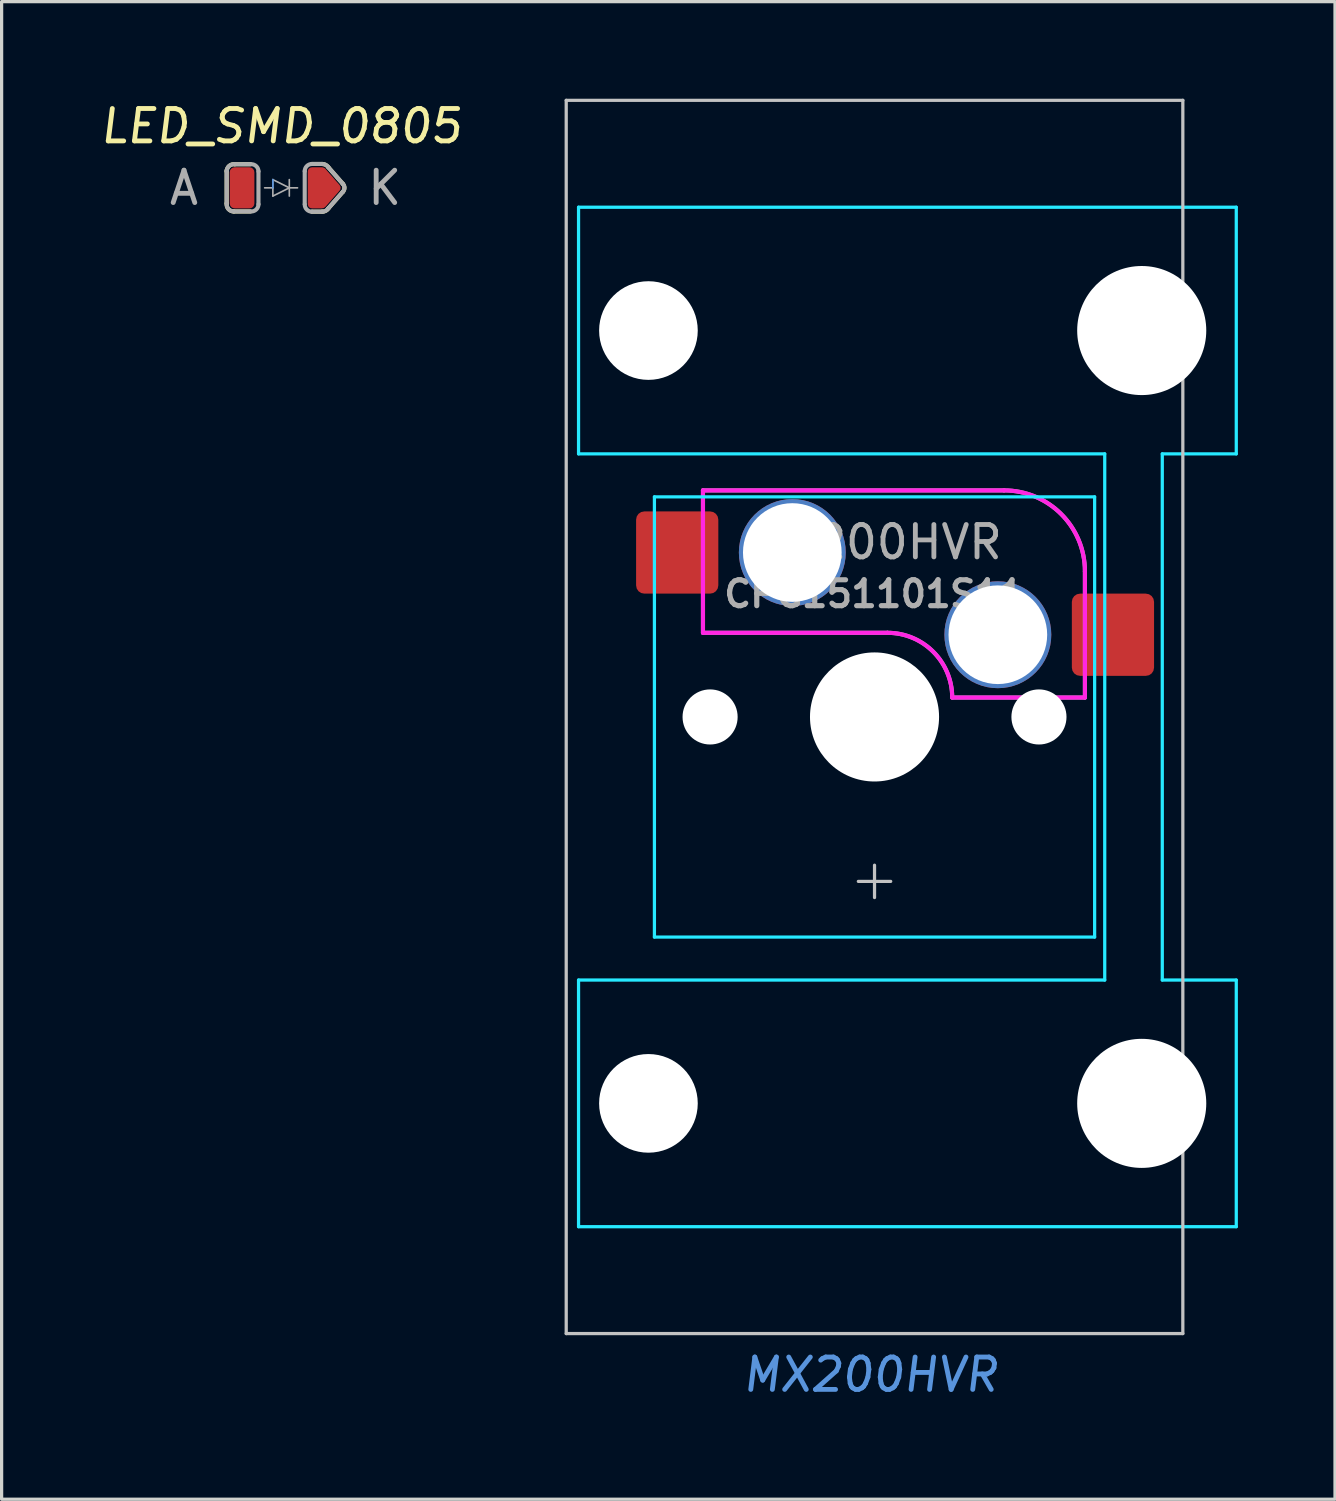
<source format=kicad_pcb>
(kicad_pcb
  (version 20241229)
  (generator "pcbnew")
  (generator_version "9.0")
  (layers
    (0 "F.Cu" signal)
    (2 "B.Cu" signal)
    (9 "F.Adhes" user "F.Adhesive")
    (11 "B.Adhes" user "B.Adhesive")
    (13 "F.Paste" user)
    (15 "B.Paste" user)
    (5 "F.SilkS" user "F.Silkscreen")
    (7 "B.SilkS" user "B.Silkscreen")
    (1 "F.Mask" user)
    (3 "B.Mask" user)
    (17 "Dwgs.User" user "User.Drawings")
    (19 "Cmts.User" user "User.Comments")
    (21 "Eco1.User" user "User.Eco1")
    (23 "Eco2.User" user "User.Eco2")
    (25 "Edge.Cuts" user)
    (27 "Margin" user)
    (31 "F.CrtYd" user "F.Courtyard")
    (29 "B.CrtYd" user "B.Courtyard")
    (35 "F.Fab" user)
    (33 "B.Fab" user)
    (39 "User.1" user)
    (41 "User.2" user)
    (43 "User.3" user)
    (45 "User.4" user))
  (footprint "LED_SMD_0805"
    (layer "F.Cu")
    (at 5.634 2.753)
    (property "Reference" "LED_SMD_0805" (at 0 -1.905 0) (layer "F.SilkS") (effects (font (size 1 1) (thickness 0.15) (italic yes))))
    (attr through_hole)
    (fp_line (start -1.681 -0.535) (end -1.681 0.481) (stroke (width 0.127) (type solid)) (layer "F.SilkS"))
    (fp_line (start -0.953 -0.73) (end -1.431 -0.729) (stroke (width 0.127) (type solid)) (layer "F.SilkS"))
    (fp_line (start -0.953 0.73) (end -1.46 0.73) (stroke (width 0.127) (type solid)) (layer "F.SilkS"))
    (fp_line (start 0.953 -0.737) (end 1.27 -0.737) (stroke (width 0.127) (type solid)) (layer "F.SilkS"))
    (fp_line (start 0.953 0.737) (end 1.27 0.737) (stroke (width 0.127) (type solid)) (layer "F.SilkS"))
    (fp_line (start 1.905 0.127) (end 1.46 0.635) (stroke (width 0.127) (type solid)) (layer "F.SilkS"))
    (fp_line (start 1.905 -0.127) (end 1.46 -0.635) (stroke (width 0.127) (type solid)) (layer "F.SilkS"))
    (fp_arc (start -1.681046 -0.508) (mid -1.605918 -0.674584) (end -1.431326 -0.728546) (stroke (width 0.127) (type solid)) (layer "F.SilkS"))
    (fp_arc (start -1.4605 0.73025) (mid -1.627084 0.655122) (end -1.681046 0.48053) (stroke (width 0.127) (type solid)) (layer "F.SilkS"))
    (fp_arc (start 1.27 -0.736951) (mid 1.378032 -0.70986) (end 1.460499 -0.634999) (stroke (width 0.127) (type solid)) (layer "F.SilkS"))
    (fp_arc (start 1.4605 0.635) (mid 1.378034 0.709861) (end 1.270001 0.736952) (stroke (width 0.127) (type solid)) (layer "F.SilkS"))
    (fp_arc (start 1.904999 -0.126999) (mid 1.957604 0) (end 1.904999 0.126999) (stroke (width 0.127) (type solid)) (layer "F.SilkS"))
    (fp_line (start -0.254 0) (end -0.254 -0.254) (stroke (width 0.051) (type solid)) (layer "Cmts.User"))
    (fp_line (start -1.681 -0.535) (end -1.681 0.481) (stroke (width 0.127) (type solid)) (layer "F.Fab"))
    (fp_line (start -0.953 -0.73) (end -1.431 -0.729) (stroke (width 0.127) (type solid)) (layer "F.Fab"))
    (fp_line (start -0.953 0.73) (end -1.46 0.73) (stroke (width 0.127) (type solid)) (layer "F.Fab"))
    (fp_line (start -0.699 -0.508) (end -0.699 0.508) (stroke (width 0.127) (type solid)) (layer "F.Fab"))
    (fp_line (start -0.508 0) (end -0.254 0) (stroke (width 0.051) (type solid)) (layer "F.Fab"))
    (fp_line (start -0.254 -0.254) (end -0.254 0.254) (stroke (width 0.051) (type solid)) (layer "F.Fab"))
    (fp_line (start -0.254 0.254) (end 0.254 0) (stroke (width 0.051) (type solid)) (layer "F.Fab"))
    (fp_line (start 0.254 -0.254) (end 0.254 0.254) (stroke (width 0.051) (type solid)) (layer "F.Fab"))
    (fp_line (start 0.254 0) (end -0.254 -0.254) (stroke (width 0.051) (type solid)) (layer "F.Fab"))
    (fp_line (start 0.254 0) (end 0.508 0) (stroke (width 0.051) (type solid)) (layer "F.Fab"))
    (fp_line (start 0.73 -0.515) (end 0.73 0.501) (stroke (width 0.127) (type solid)) (layer "F.Fab"))
    (fp_line (start 0.953 -0.737) (end 1.27 -0.737) (stroke (width 0.127) (type solid)) (layer "F.Fab"))
    (fp_line (start 0.953 0.737) (end 1.27 0.737) (stroke (width 0.127) (type solid)) (layer "F.Fab"))
    (fp_line (start 1.905 -0.127) (end 1.46 -0.635) (stroke (width 0.127) (type solid)) (layer "F.Fab"))
    (fp_line (start 1.905 0.127) (end 1.46 0.635) (stroke (width 0.127) (type solid)) (layer "F.Fab"))
    (fp_arc (start -1.681046 -0.508) (mid -1.605918 -0.674584) (end -1.431326 -0.728546) (stroke (width 0.127) (type solid)) (layer "F.Fab"))
    (fp_arc (start -1.4605 0.73025) (mid -1.627084 0.655122) (end -1.681046 0.48053) (stroke (width 0.127) (type solid)) (layer "F.Fab"))
    (fp_arc (start -0.92075 -0.73025) (mid -0.763596 -0.665154) (end -0.6985 -0.508) (stroke (width 0.127) (type solid)) (layer "F.Fab"))
    (fp_arc (start -0.6985 0.508) (mid -0.763596 0.665154) (end -0.92075 0.73025) (stroke (width 0.127) (type solid)) (layer "F.Fab"))
    (fp_arc (start 0.73025 -0.514701) (mid 0.795346 -0.671855) (end 0.9525 -0.736951) (stroke (width 0.127) (type solid)) (layer "F.Fab"))
    (fp_arc (start 0.952501 0.736952) (mid 0.795347 0.671856) (end 0.730251 0.514702) (stroke (width 0.127) (type solid)) (layer "F.Fab"))
    (fp_arc (start 1.270041 -0.736952) (mid 1.378051 -0.709852) (end 1.4605 -0.635) (stroke (width 0.127) (type solid)) (layer "F.Fab"))
    (fp_arc (start 1.4605 0.635) (mid 1.378051 0.709852) (end 1.270041 0.736952) (stroke (width 0.127) (type solid)) (layer "F.Fab"))
    (fp_arc (start 1.904999 -0.126999) (mid 1.957604 0) (end 1.904999 0.126999) (stroke (width 0.127) (type solid)) (layer "F.Fab"))
    (fp_text user "A" (at -3 0 0) (layer "F.Fab") (effects (font (size 1 1) (thickness 0.15))))
    (fp_text user "K" (at 3.2 0 0) (layer "F.Fab") (effects (font (size 1 1) (thickness 0.15))))
    (pad "A" smd roundrect (at -1.206 0) (size 0.762 1.27) (layers "F.Cu" "F.Mask" "F.Paste") (roundrect_rratio 0.2))
    (pad "K" smd custom (at 1.206 0) (size 0.254 0.254) (layers "F.Cu" "F.Mask" "F.Paste") (options (anchor circle)) (primitives (gr_poly (pts (xy 0.064 -0.508) (xy 0.508 0) (xy 0.064 0.508)) (width 0.254) (fill yes)) (gr_poly (pts (xy -0.254 -0.635) (xy -0.254 -0.445) (xy 0.064 -0.445) (xy 0.064 -0.635)) (width 0) (fill yes)) (gr_circle (center -0.254 -0.508) (end -0.191 -0.508) (width 0.127) (fill no)) (gr_poly (pts (xy -0.254 0.445) (xy -0.254 0.635) (xy 0.064 0.635) (xy 0.064 0.445)) (width 0) (fill yes)) (gr_poly (pts (xy -0.318 0.508) (xy 0 0.508) (xy 0 -0.508) (xy -0.318 -0.508)) (width 0.127) (fill yes)) (gr_circle (center -0.254 0.508) (end -0.191 0.508) (width 0.127) (fill no)))))
  (footprint "MX200HVR"
    (layer "F.Cu")
    (at 23.841 19.1)
    (property "Reference" "MX200HVR" (at 0 20.32 180) (layer "Cmts.User") (effects (font (size 1 1) (thickness 0.15) (italic yes))))
    (attr through_hole)
    (fp_line (start -9.398 -19.05) (end 9.652 -19.05) (stroke (width 0.1) (type solid)) (layer "Dwgs.User"))
    (fp_line (start -9.398 19.05) (end -9.398 -19.05) (stroke (width 0.1) (type solid)) (layer "Dwgs.User"))
    (fp_line (start -9.398 19.05) (end 9.652 19.05) (stroke (width 0.1) (type solid)) (layer "Dwgs.User"))
    (fp_line (start -0.373 5.08) (end 0.627 5.08) (stroke (width 0.1) (type solid)) (layer "Dwgs.User"))
    (fp_line (start 0.127 5.58) (end 0.127 4.58) (stroke (width 0.1) (type solid)) (layer "Dwgs.User"))
    (fp_line (start 5.207 0.5) (end 5.207 -0.5) (stroke (width 0.1) (type solid)) (layer "Dwgs.User"))
    (fp_line (start 5.707 0) (end 4.707 0) (stroke (width 0.1) (type solid)) (layer "Dwgs.User"))
    (fp_line (start 9.652 19.05) (end 9.652 -19.05) (stroke (width 0.1) (type solid)) (layer "Dwgs.User"))
    (fp_line (start -6.873 -6.5) (end -6.873 6.5) (stroke (width 0.1) (type solid)) (layer "Eco1.User"))
    (fp_line (start -6.873 6.5) (end -6.873 -6.5) (stroke (width 0.1) (type solid)) (layer "Eco1.User"))
    (fp_line (start -6.373 -7) (end 6.627 -7) (stroke (width 0.1) (type solid)) (layer "Eco1.User"))
    (fp_line (start -6.373 7) (end 6.627 7) (stroke (width 0.1) (type solid)) (layer "Eco1.User"))
    (fp_line (start -5.858 -8.938) (end -5.858 -14.938) (stroke (width 0.1) (type solid)) (layer "Eco1.User"))
    (fp_line (start -5.858 14.938) (end -5.858 8.938) (stroke (width 0.1) (type solid)) (layer "Eco1.User"))
    (fp_line (start -5.358 -8.438) (end 8.642 -8.438) (stroke (width 0.1) (type solid)) (layer "Eco1.User"))
    (fp_line (start -5.358 15.438) (end 8.642 15.438) (stroke (width 0.1) (type solid)) (layer "Eco1.User"))
    (fp_line (start 6.627 -7) (end -6.373 -7) (stroke (width 0.1) (type solid)) (layer "Eco1.User"))
    (fp_line (start 6.627 7) (end -6.373 7) (stroke (width 0.1) (type solid)) (layer "Eco1.User"))
    (fp_line (start 7.127 -6.5) (end 7.127 6.5) (stroke (width 0.1) (type solid)) (layer "Eco1.User"))
    (fp_line (start 7.127 6.5) (end 7.127 -6.5) (stroke (width 0.1) (type solid)) (layer "Eco1.User"))
    (fp_line (start 8.642 -15.438) (end -5.358 -15.438) (stroke (width 0.1) (type solid)) (layer "Eco1.User"))
    (fp_line (start 8.642 8.438) (end -5.358 8.438) (stroke (width 0.1) (type solid)) (layer "Eco1.User"))
    (fp_line (start 9.142 -14.938) (end 9.142 -8.938) (stroke (width 0.1) (type solid)) (layer "Eco1.User"))
    (fp_line (start 9.142 8.938) (end 9.142 14.938) (stroke (width 0.1) (type solid)) (layer "Eco1.User"))
    (fp_arc (start -6.873 -6.5) (mid -6.726553 -6.853553) (end -6.373 -7) (stroke (width 0.1) (type solid)) (layer "Eco1.User"))
    (fp_arc (start -6.873 -6.5) (mid -6.726553 -6.853553) (end -6.373 -7) (stroke (width 0.1) (type solid)) (layer "Eco1.User"))
    (fp_arc (start -6.373 7) (mid -6.726553 6.853553) (end -6.873 6.5) (stroke (width 0.1) (type solid)) (layer "Eco1.User"))
    (fp_arc (start -6.373 7) (mid -6.726553 6.853553) (end -6.873 6.5) (stroke (width 0.1) (type solid)) (layer "Eco1.User"))
    (fp_arc (start -5.858 -14.938) (mid -5.711553 -15.291553) (end -5.358 -15.438) (stroke (width 0.1) (type solid)) (layer "Eco1.User"))
    (fp_arc (start -5.858 8.938) (mid -5.711553 8.584447) (end -5.358 8.438) (stroke (width 0.1) (type solid)) (layer "Eco1.User"))
    (fp_arc (start -5.358 -8.438) (mid -5.711553 -8.584447) (end -5.858 -8.938) (stroke (width 0.1) (type solid)) (layer "Eco1.User"))
    (fp_arc (start -5.358 15.438) (mid -5.711553 15.291553) (end -5.858 14.938) (stroke (width 0.1) (type solid)) (layer "Eco1.User"))
    (fp_arc (start 6.627 -7) (mid 6.980553 -6.853553) (end 7.127 -6.5) (stroke (width 0.1) (type solid)) (layer "Eco1.User"))
    (fp_arc (start 6.627 -7) (mid 6.980553 -6.853553) (end 7.127 -6.5) (stroke (width 0.1) (type solid)) (layer "Eco1.User"))
    (fp_arc (start 7.127 6.5) (mid 6.980553 6.853553) (end 6.627 7) (stroke (width 0.1) (type solid)) (layer "Eco1.User"))
    (fp_arc (start 7.127 6.5) (mid 6.980553 6.853553) (end 6.627 7) (stroke (width 0.1) (type solid)) (layer "Eco1.User"))
    (fp_arc (start 8.642 -15.438) (mid 8.995553 -15.291553) (end 9.142 -14.938) (stroke (width 0.1) (type solid)) (layer "Eco1.User"))
    (fp_arc (start 8.642 8.438) (mid 8.995553 8.584447) (end 9.142 8.938) (stroke (width 0.1) (type solid)) (layer "Eco1.User"))
    (fp_arc (start 9.142 -8.938) (mid 8.995553 -8.584447) (end 8.642 -8.438) (stroke (width 0.1) (type solid)) (layer "Eco1.User"))
    (fp_arc (start 9.142 14.938) (mid 8.995553 15.291553) (end 8.642 15.438) (stroke (width 0.1) (type solid)) (layer "Eco1.User"))
    (fp_line (start -9.017 -15.748) (end -9.017 -8.128) (stroke (width 0.1) (type solid)) (layer "B.CrtYd"))
    (fp_line (start -9.017 8.128) (end -9.017 15.748) (stroke (width 0.1) (type solid)) (layer "B.CrtYd"))
    (fp_line (start -9.017 15.748) (end 11.303 15.748) (stroke (width 0.1) (type solid)) (layer "B.CrtYd"))
    (fp_line (start -6.673 -6.8) (end -6.673 6.8) (stroke (width 0.1) (type solid)) (layer "B.CrtYd"))
    (fp_line (start -6.673 -6.8) (end 6.927 -6.8) (stroke (width 0.1) (type solid)) (layer "B.CrtYd"))
    (fp_line (start 6.927 -6.8) (end 6.927 6.8) (stroke (width 0.1) (type solid)) (layer "B.CrtYd"))
    (fp_line (start 6.927 6.8) (end -6.673 6.8) (stroke (width 0.1) (type solid)) (layer "B.CrtYd"))
    (fp_line (start 7.239 -8.128) (end -9.017 -8.128) (stroke (width 0.1) (type solid)) (layer "B.CrtYd"))
    (fp_line (start 7.239 8.128) (end -9.017 8.128) (stroke (width 0.1) (type solid)) (layer "B.CrtYd"))
    (fp_line (start 7.239 8.128) (end 7.239 -8.128) (stroke (width 0.1) (type solid)) (layer "B.CrtYd"))
    (fp_line (start 9.017 -8.128) (end 11.303 -8.128) (stroke (width 0.1) (type solid)) (layer "B.CrtYd"))
    (fp_line (start 9.017 8.128) (end 9.017 -8.128) (stroke (width 0.1) (type solid)) (layer "B.CrtYd"))
    (fp_line (start 9.017 8.128) (end 11.303 8.128) (stroke (width 0.1) (type solid)) (layer "B.CrtYd"))
    (fp_line (start 11.303 -15.748) (end -9.017 -15.748) (stroke (width 0.1) (type solid)) (layer "B.CrtYd"))
    (fp_line (start 11.303 -8.128) (end 11.303 -15.748) (stroke (width 0.1) (type solid)) (layer "B.CrtYd"))
    (fp_line (start 11.303 15.748) (end 11.303 8.128) (stroke (width 0.1) (type solid)) (layer "B.CrtYd"))
    (fp_line (start -5.173 -7) (end -5.173 -2.6) (stroke (width 0.127) (type solid)) (layer "F.CrtYd"))
    (fp_line (start -5.173 -7) (end 4.127 -7) (stroke (width 0.127) (type solid)) (layer "F.CrtYd"))
    (fp_line (start 0.527 -2.6) (end -5.173 -2.6) (stroke (width 0.127) (type solid)) (layer "F.CrtYd"))
    (fp_line (start 6.627 -4.5) (end 6.627 -0.6) (stroke (width 0.127) (type solid)) (layer "F.CrtYd"))
    (fp_line (start 6.627 -0.6) (end 2.527 -0.6) (stroke (width 0.127) (type solid)) (layer "F.CrtYd"))
    (fp_arc (start 0.527 -2.6) (mid 1.941214 -2.014214) (end 2.527 -0.6) (stroke (width 0.127) (type solid)) (layer "F.CrtYd"))
    (fp_arc (start 4.127 -7) (mid 5.894767 -6.267767) (end 6.627 -4.5) (stroke (width 0.127) (type solid)) (layer "F.CrtYd"))
    (fp_line (start -5.173 -7) (end -5.173 -2.6) (stroke (width 0.127) (type solid)) (layer "F.Fab"))
    (fp_line (start -5.173 -7) (end 4.127 -7) (stroke (width 0.127) (type solid)) (layer "F.Fab"))
    (fp_line (start -0.373 0) (end 0.627 0) (stroke (width 0.1) (type solid)) (layer "F.Fab"))
    (fp_line (start 0.127 0.5) (end 0.127 -0.5) (stroke (width 0.1) (type solid)) (layer "F.Fab"))
    (fp_line (start 0.527 -2.6) (end -5.173 -2.6) (stroke (width 0.127) (type solid)) (layer "F.Fab"))
    (fp_line (start 6.627 -4.5) (end 6.627 -0.6) (stroke (width 0.127) (type solid)) (layer "F.Fab"))
    (fp_line (start 6.627 -0.6) (end 2.527 -0.6) (stroke (width 0.127) (type solid)) (layer "F.Fab"))
    (fp_arc (start 0.527001 -2.600001) (mid 1.941215 -2.014214) (end 2.527 -0.6) (stroke (width 0.127) (type solid)) (layer "F.Fab"))
    (fp_arc (start 4.127001 -7.000001) (mid 5.894768 -6.267767) (end 6.627 -4.5) (stroke (width 0.127) (type solid)) (layer "F.Fab"))
    (fp_text user "CPG151101S11" (at 0.127 -3.8 0) (unlocked yes) (layer "F.Fab") (effects (font (size 0.8 0.8) (thickness 0.16))))
    (fp_text user "${REFERENCE}" (at 0.127 -5.4 0) (layer "F.Fab") (effects (font (size 1 1) (thickness 0.15))))
    (pad "" np_thru_hole circle (at -6.858 -11.938 90) (size 3.048 3.048) (drill 3.048) (layers "*.Cu" "*.Mask"))
    (pad "" np_thru_hole circle (at -6.858 11.938 90) (size 3.048 3.048) (drill 3.048) (layers "*.Cu" "*.Mask"))
    (pad "" np_thru_hole circle (at -4.953 0) (size 1.702 1.702) (drill 1.702) (layers "*.Cu" "*.Mask"))
    (pad "" np_thru_hole circle (at -2.413 -5.08) (size 3.302 3.302) (drill 3.048) (layers "*.Cu" "*.Mask"))
    (pad "" np_thru_hole circle (at 0.127 0) (size 3.988 3.988) (drill 3.988) (layers "*.Cu" "*.Mask"))
    (pad "" np_thru_hole circle (at 3.937 -2.54 90) (size 3.302 3.302) (drill 3.048) (layers "*.Cu" "*.Mask"))
    (pad "" np_thru_hole circle (at 5.207 0) (size 1.702 1.702) (drill 1.702) (layers "*.Cu" "*.Mask"))
    (pad "" np_thru_hole circle (at 8.382 -11.938 90) (size 3.988 3.988) (drill 3.988) (layers "*.Cu" "*.Mask"))
    (pad "" np_thru_hole circle (at 8.382 11.938 90) (size 3.988 3.988) (drill 3.988) (layers "*.Cu" "*.Mask"))
    (pad "1" smd roundrect (at -5.969 -5.08) (size 2.54 2.54) (layers "F.Cu" "F.Mask") (roundrect_rratio 0.1))
    (pad "2" smd roundrect (at 7.493 -2.54) (size 2.54 2.54) (layers "F.Cu" "F.Mask") (roundrect_rratio 0.1)))
  (gr_rect
    (start -3 -3)
    (end 38.194 43.268)
    (stroke (width 0.1) (type default))
    (fill no)
    (layer "Edge.Cuts")))
</source>
